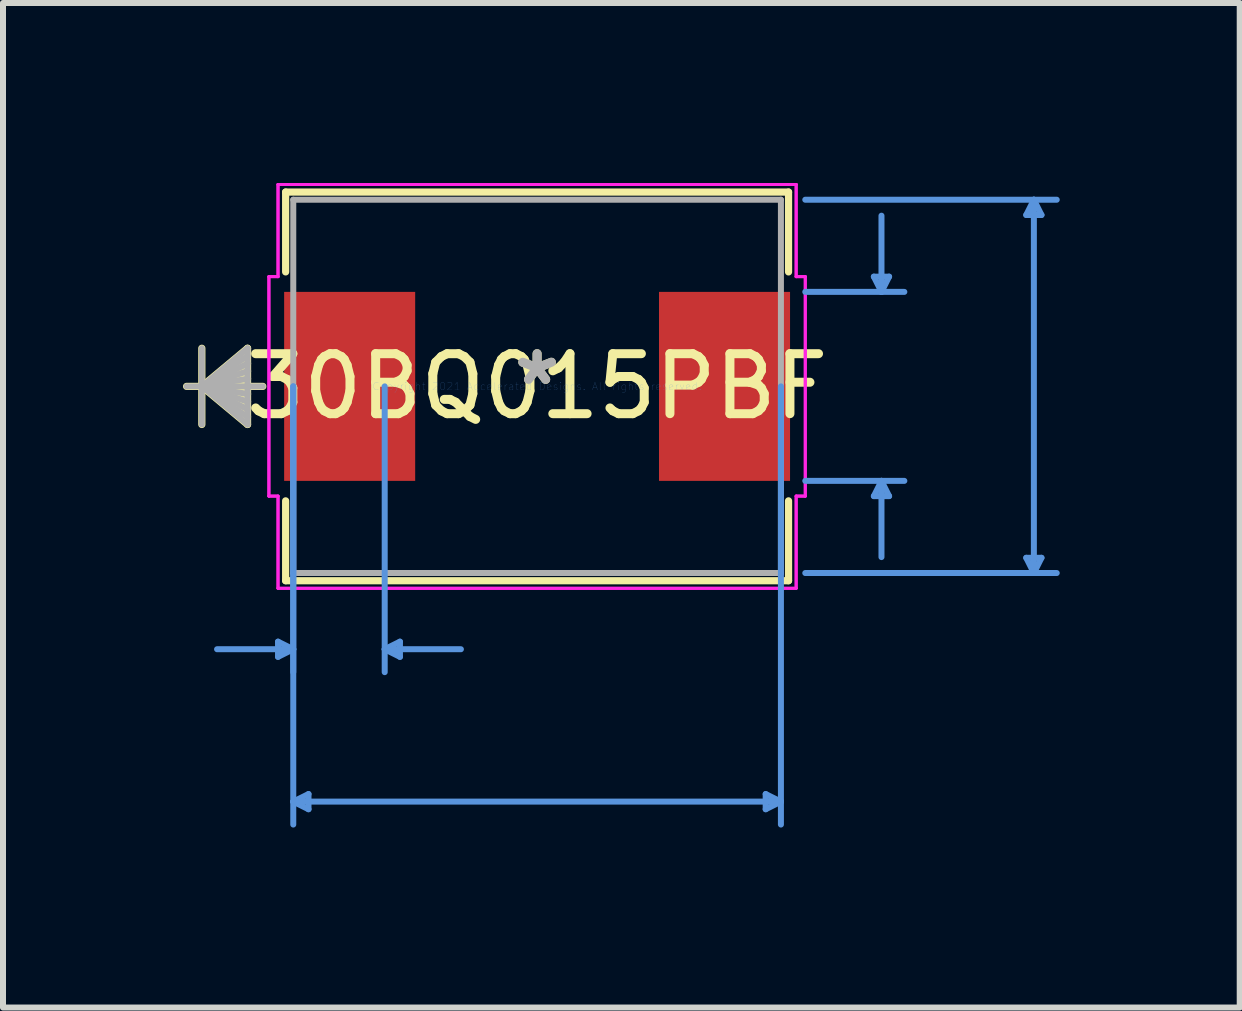
<source format=kicad_pcb>
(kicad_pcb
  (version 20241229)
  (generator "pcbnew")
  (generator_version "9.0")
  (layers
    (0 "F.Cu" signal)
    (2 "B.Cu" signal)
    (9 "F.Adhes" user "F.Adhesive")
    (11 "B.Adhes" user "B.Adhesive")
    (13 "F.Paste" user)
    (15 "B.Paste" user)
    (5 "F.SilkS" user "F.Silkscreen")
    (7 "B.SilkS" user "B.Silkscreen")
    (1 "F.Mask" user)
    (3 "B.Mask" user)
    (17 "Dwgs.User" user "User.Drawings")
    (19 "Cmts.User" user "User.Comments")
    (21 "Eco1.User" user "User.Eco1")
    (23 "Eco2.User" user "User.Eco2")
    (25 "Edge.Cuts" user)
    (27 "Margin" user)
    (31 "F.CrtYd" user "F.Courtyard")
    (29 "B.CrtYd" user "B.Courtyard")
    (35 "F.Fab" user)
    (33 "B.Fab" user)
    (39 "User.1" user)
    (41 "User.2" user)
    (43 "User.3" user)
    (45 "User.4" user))
  (footprint "30BQ015PBF"
    (layer "F.Cu")
    (at 5.902 3.39)
    (property "Reference" "30BQ015PBF" (at 0 0 0) (layer "F.SilkS") (effects (font (size 1 1) (thickness 0.15))))
    (attr through_hole)
    (fp_line (start -5.588 -0.635) (end -5.588 0.635) (stroke (width 0.12) (type solid)) (layer "F.SilkS"))
    (fp_line (start -5.588 0) (end -4.826 -0.635) (stroke (width 0.12) (type solid)) (layer "F.SilkS"))
    (fp_line (start -5.588 0) (end -4.826 -0.508) (stroke (width 0.12) (type solid)) (layer "F.SilkS"))
    (fp_line (start -5.588 0) (end -4.826 -0.381) (stroke (width 0.12) (type solid)) (layer "F.SilkS"))
    (fp_line (start -5.588 0) (end -4.826 -0.254) (stroke (width 0.12) (type solid)) (layer "F.SilkS"))
    (fp_line (start -5.588 0) (end -4.826 -0.127) (stroke (width 0.12) (type solid)) (layer "F.SilkS"))
    (fp_line (start -5.588 0) (end -4.826 0.127) (stroke (width 0.12) (type solid)) (layer "F.SilkS"))
    (fp_line (start -5.588 0) (end -4.826 0.254) (stroke (width 0.12) (type solid)) (layer "F.SilkS"))
    (fp_line (start -5.588 0) (end -4.826 0.381) (stroke (width 0.12) (type solid)) (layer "F.SilkS"))
    (fp_line (start -5.588 0) (end -4.826 0.508) (stroke (width 0.12) (type solid)) (layer "F.SilkS"))
    (fp_line (start -5.588 0) (end -4.826 0.635) (stroke (width 0.12) (type solid)) (layer "F.SilkS"))
    (fp_line (start -4.826 -0.635) (end -4.826 0.635) (stroke (width 0.12) (type solid)) (layer "F.SilkS"))
    (fp_line (start -4.572 0) (end -5.842 0) (stroke (width 0.12) (type solid)) (layer "F.SilkS"))
    (fp_line (start -4.191 -3.239) (end -4.191 -1.908) (stroke (width 0.12) (type solid)) (layer "F.SilkS"))
    (fp_line (start -4.191 1.908) (end -4.191 3.239) (stroke (width 0.12) (type solid)) (layer "F.SilkS"))
    (fp_line (start -4.191 3.239) (end 4.191 3.239) (stroke (width 0.12) (type solid)) (layer "F.SilkS"))
    (fp_line (start 4.191 -3.239) (end -4.191 -3.239) (stroke (width 0.12) (type solid)) (layer "F.SilkS"))
    (fp_line (start 4.191 -1.908) (end 4.191 -3.239) (stroke (width 0.12) (type solid)) (layer "F.SilkS"))
    (fp_line (start 4.191 3.239) (end 4.191 1.908) (stroke (width 0.12) (type solid)) (layer "F.SilkS"))
    (fp_line (start -4.318 4.255) (end -4.318 4.508) (stroke (width 0.1) (type solid)) (layer "Cmts.User"))
    (fp_line (start -4.064 0) (end -4.064 4.763) (stroke (width 0.1) (type solid)) (layer "Cmts.User"))
    (fp_line (start -4.064 0) (end -4.064 7.303) (stroke (width 0.1) (type solid)) (layer "Cmts.User"))
    (fp_line (start -4.064 4.381) (end -5.334 4.381) (stroke (width 0.1) (type solid)) (layer "Cmts.User"))
    (fp_line (start -4.064 4.381) (end -4.318 4.255) (stroke (width 0.1) (type solid)) (layer "Cmts.User"))
    (fp_line (start -4.064 4.381) (end -4.318 4.508) (stroke (width 0.1) (type solid)) (layer "Cmts.User"))
    (fp_line (start -4.064 6.921) (end -3.81 6.795) (stroke (width 0.1) (type solid)) (layer "Cmts.User"))
    (fp_line (start -4.064 6.921) (end -3.81 7.048) (stroke (width 0.1) (type solid)) (layer "Cmts.User"))
    (fp_line (start -4.064 6.921) (end 4.064 6.921) (stroke (width 0.1) (type solid)) (layer "Cmts.User"))
    (fp_line (start -3.81 6.795) (end -3.81 7.048) (stroke (width 0.1) (type solid)) (layer "Cmts.User"))
    (fp_line (start -2.54 0) (end -2.54 4.763) (stroke (width 0.1) (type solid)) (layer "Cmts.User"))
    (fp_line (start -2.54 4.381) (end -2.286 4.255) (stroke (width 0.1) (type solid)) (layer "Cmts.User"))
    (fp_line (start -2.54 4.381) (end -2.286 4.508) (stroke (width 0.1) (type solid)) (layer "Cmts.User"))
    (fp_line (start -2.54 4.381) (end -1.27 4.381) (stroke (width 0.1) (type solid)) (layer "Cmts.User"))
    (fp_line (start -2.286 4.255) (end -2.286 4.508) (stroke (width 0.1) (type solid)) (layer "Cmts.User"))
    (fp_line (start 3.81 6.795) (end 3.81 7.048) (stroke (width 0.1) (type solid)) (layer "Cmts.User"))
    (fp_line (start 4.064 0) (end 4.064 7.303) (stroke (width 0.1) (type solid)) (layer "Cmts.User"))
    (fp_line (start 4.064 6.921) (end 3.81 6.795) (stroke (width 0.1) (type solid)) (layer "Cmts.User"))
    (fp_line (start 4.064 6.921) (end 3.81 7.048) (stroke (width 0.1) (type solid)) (layer "Cmts.User"))
    (fp_line (start 4.47 -3.111) (end 8.661 -3.111) (stroke (width 0.1) (type solid)) (layer "Cmts.User"))
    (fp_line (start 4.47 -1.575) (end 6.121 -1.575) (stroke (width 0.1) (type solid)) (layer "Cmts.User"))
    (fp_line (start 4.47 1.575) (end 6.121 1.575) (stroke (width 0.1) (type solid)) (layer "Cmts.User"))
    (fp_line (start 4.47 3.111) (end 8.661 3.111) (stroke (width 0.1) (type solid)) (layer "Cmts.User"))
    (fp_line (start 5.613 -1.829) (end 5.867 -1.829) (stroke (width 0.1) (type solid)) (layer "Cmts.User"))
    (fp_line (start 5.613 1.829) (end 5.867 1.829) (stroke (width 0.1) (type solid)) (layer "Cmts.User"))
    (fp_line (start 5.74 -1.575) (end 5.613 -1.829) (stroke (width 0.1) (type solid)) (layer "Cmts.User"))
    (fp_line (start 5.74 -1.575) (end 5.74 -2.845) (stroke (width 0.1) (type solid)) (layer "Cmts.User"))
    (fp_line (start 5.74 -1.575) (end 5.867 -1.829) (stroke (width 0.1) (type solid)) (layer "Cmts.User"))
    (fp_line (start 5.74 1.575) (end 5.613 1.829) (stroke (width 0.1) (type solid)) (layer "Cmts.User"))
    (fp_line (start 5.74 1.575) (end 5.74 2.845) (stroke (width 0.1) (type solid)) (layer "Cmts.User"))
    (fp_line (start 5.74 1.575) (end 5.867 1.829) (stroke (width 0.1) (type solid)) (layer "Cmts.User"))
    (fp_line (start 8.153 -2.857) (end 8.407 -2.857) (stroke (width 0.1) (type solid)) (layer "Cmts.User"))
    (fp_line (start 8.153 2.857) (end 8.407 2.857) (stroke (width 0.1) (type solid)) (layer "Cmts.User"))
    (fp_line (start 8.28 -3.111) (end 8.153 -2.857) (stroke (width 0.1) (type solid)) (layer "Cmts.User"))
    (fp_line (start 8.28 -3.111) (end 8.28 3.111) (stroke (width 0.1) (type solid)) (layer "Cmts.User"))
    (fp_line (start 8.28 -3.111) (end 8.407 -2.857) (stroke (width 0.1) (type solid)) (layer "Cmts.User"))
    (fp_line (start 8.28 3.111) (end 8.153 2.857) (stroke (width 0.1) (type solid)) (layer "Cmts.User"))
    (fp_line (start 8.28 3.111) (end 8.407 2.857) (stroke (width 0.1) (type solid)) (layer "Cmts.User"))
    (fp_line (start -4.47 -1.829) (end -4.318 -1.829) (stroke (width 0.05) (type solid)) (layer "F.CrtYd"))
    (fp_line (start -4.47 -1.829) (end -4.318 -1.829) (stroke (width 0.05) (type solid)) (layer "F.CrtYd"))
    (fp_line (start -4.47 1.829) (end -4.47 -1.829) (stroke (width 0.05) (type solid)) (layer "F.CrtYd"))
    (fp_line (start -4.47 1.829) (end -4.47 -1.829) (stroke (width 0.05) (type solid)) (layer "F.CrtYd"))
    (fp_line (start -4.318 -3.365) (end 4.318 -3.365) (stroke (width 0.05) (type solid)) (layer "F.CrtYd"))
    (fp_line (start -4.318 -3.365) (end 4.318 -3.365) (stroke (width 0.05) (type solid)) (layer "F.CrtYd"))
    (fp_line (start -4.318 -1.829) (end -4.318 -3.365) (stroke (width 0.05) (type solid)) (layer "F.CrtYd"))
    (fp_line (start -4.318 -1.829) (end -4.318 -3.365) (stroke (width 0.05) (type solid)) (layer "F.CrtYd"))
    (fp_line (start -4.318 1.829) (end -4.47 1.829) (stroke (width 0.05) (type solid)) (layer "F.CrtYd"))
    (fp_line (start -4.318 1.829) (end -4.47 1.829) (stroke (width 0.05) (type solid)) (layer "F.CrtYd"))
    (fp_line (start -4.318 3.365) (end -4.318 1.829) (stroke (width 0.05) (type solid)) (layer "F.CrtYd"))
    (fp_line (start -4.318 3.365) (end -4.318 1.829) (stroke (width 0.05) (type solid)) (layer "F.CrtYd"))
    (fp_line (start 4.318 -3.365) (end 4.318 -1.829) (stroke (width 0.05) (type solid)) (layer "F.CrtYd"))
    (fp_line (start 4.318 -3.365) (end 4.318 -1.829) (stroke (width 0.05) (type solid)) (layer "F.CrtYd"))
    (fp_line (start 4.318 -1.829) (end 4.47 -1.829) (stroke (width 0.05) (type solid)) (layer "F.CrtYd"))
    (fp_line (start 4.318 -1.829) (end 4.47 -1.829) (stroke (width 0.05) (type solid)) (layer "F.CrtYd"))
    (fp_line (start 4.318 1.829) (end 4.318 3.365) (stroke (width 0.05) (type solid)) (layer "F.CrtYd"))
    (fp_line (start 4.318 1.829) (end 4.318 3.365) (stroke (width 0.05) (type solid)) (layer "F.CrtYd"))
    (fp_line (start 4.318 3.365) (end -4.318 3.365) (stroke (width 0.05) (type solid)) (layer "F.CrtYd"))
    (fp_line (start 4.318 3.365) (end -4.318 3.365) (stroke (width 0.05) (type solid)) (layer "F.CrtYd"))
    (fp_line (start 4.47 -1.829) (end 4.47 1.829) (stroke (width 0.05) (type solid)) (layer "F.CrtYd"))
    (fp_line (start 4.47 -1.829) (end 4.47 1.829) (stroke (width 0.05) (type solid)) (layer "F.CrtYd"))
    (fp_line (start 4.47 1.829) (end 4.318 1.829) (stroke (width 0.05) (type solid)) (layer "F.CrtYd"))
    (fp_line (start 4.47 1.829) (end 4.318 1.829) (stroke (width 0.05) (type solid)) (layer "F.CrtYd"))
    (fp_line (start -5.588 -0.635) (end -5.588 0.635) (stroke (width 0.1) (type solid)) (layer "F.Fab"))
    (fp_line (start -5.588 0) (end -4.826 -0.635) (stroke (width 0.1) (type solid)) (layer "F.Fab"))
    (fp_line (start -5.588 0) (end -4.826 -0.508) (stroke (width 0.1) (type solid)) (layer "F.Fab"))
    (fp_line (start -5.588 0) (end -4.826 -0.381) (stroke (width 0.1) (type solid)) (layer "F.Fab"))
    (fp_line (start -5.588 0) (end -4.826 -0.254) (stroke (width 0.1) (type solid)) (layer "F.Fab"))
    (fp_line (start -5.588 0) (end -4.826 -0.127) (stroke (width 0.1) (type solid)) (layer "F.Fab"))
    (fp_line (start -5.588 0) (end -4.826 0.127) (stroke (width 0.1) (type solid)) (layer "F.Fab"))
    (fp_line (start -5.588 0) (end -4.826 0.254) (stroke (width 0.1) (type solid)) (layer "F.Fab"))
    (fp_line (start -5.588 0) (end -4.826 0.381) (stroke (width 0.1) (type solid)) (layer "F.Fab"))
    (fp_line (start -5.588 0) (end -4.826 0.508) (stroke (width 0.1) (type solid)) (layer "F.Fab"))
    (fp_line (start -5.588 0) (end -4.826 0.635) (stroke (width 0.1) (type solid)) (layer "F.Fab"))
    (fp_line (start -4.826 -0.635) (end -4.826 0.635) (stroke (width 0.1) (type solid)) (layer "F.Fab"))
    (fp_line (start -4.572 0) (end -5.842 0) (stroke (width 0.1) (type solid)) (layer "F.Fab"))
    (fp_line (start -4.064 -3.111) (end -4.064 3.111) (stroke (width 0.1) (type solid)) (layer "F.Fab"))
    (fp_line (start -4.064 3.111) (end 4.064 3.111) (stroke (width 0.1) (type solid)) (layer "F.Fab"))
    (fp_line (start 4.064 -3.111) (end -4.064 -3.111) (stroke (width 0.1) (type solid)) (layer "F.Fab"))
    (fp_line (start 4.064 3.111) (end 4.064 -3.111) (stroke (width 0.1) (type solid)) (layer "F.Fab"))
    (fp_text user "*" (at 0 0 0) (layer "F.SilkS") (effects (font (size 1 1) (thickness 0.15))))
    (fp_text user "Copyright 2021 Accelerated Designs. All rights reserved." (at 0 0 0) (layer "Cmts.User") (effects (font (size 0.127 0.127) (thickness 0.002))))
    (fp_text user "*" (at 0 0 0) (layer "F.Fab") (effects (font (size 1 1) (thickness 0.15))))
    (pad "1" smd rect (at -3.124 0 90) (size 3.15 2.184) (layers "F.Cu" "F.Mask" "F.Paste"))
    (pad "2" smd rect (at 3.124 0 90) (size 3.15 2.184) (layers "F.Cu" "F.Mask" "F.Paste")))
  (gr_rect
    (start -3 -3)
    (end 17.613 13.743)
    (stroke (width 0.1) (type default))
    (fill no)
    (layer "Edge.Cuts")))
</source>
